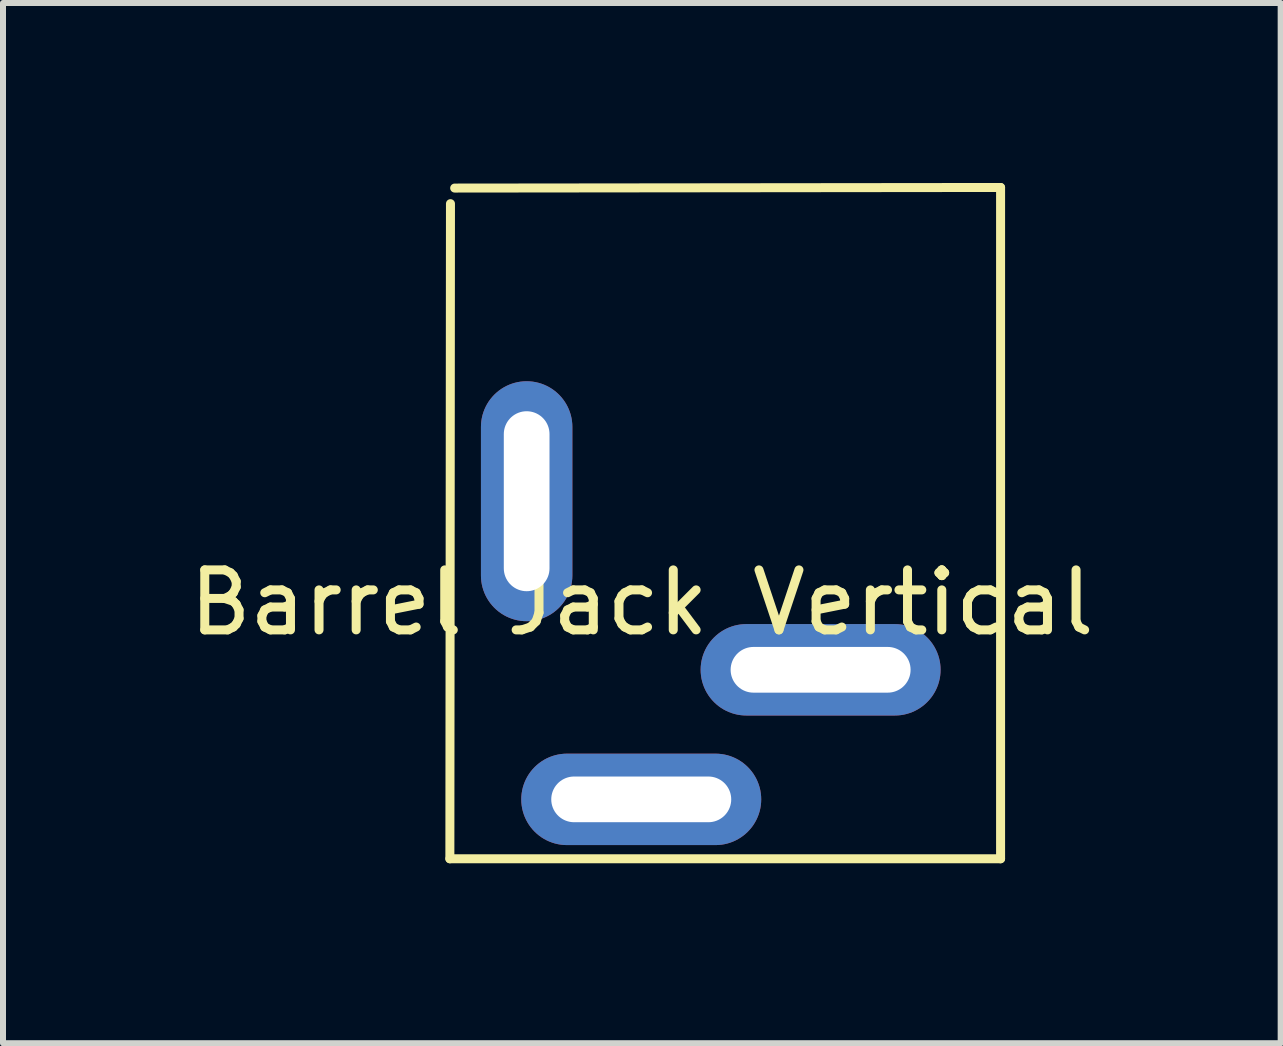
<source format=kicad_pcb>
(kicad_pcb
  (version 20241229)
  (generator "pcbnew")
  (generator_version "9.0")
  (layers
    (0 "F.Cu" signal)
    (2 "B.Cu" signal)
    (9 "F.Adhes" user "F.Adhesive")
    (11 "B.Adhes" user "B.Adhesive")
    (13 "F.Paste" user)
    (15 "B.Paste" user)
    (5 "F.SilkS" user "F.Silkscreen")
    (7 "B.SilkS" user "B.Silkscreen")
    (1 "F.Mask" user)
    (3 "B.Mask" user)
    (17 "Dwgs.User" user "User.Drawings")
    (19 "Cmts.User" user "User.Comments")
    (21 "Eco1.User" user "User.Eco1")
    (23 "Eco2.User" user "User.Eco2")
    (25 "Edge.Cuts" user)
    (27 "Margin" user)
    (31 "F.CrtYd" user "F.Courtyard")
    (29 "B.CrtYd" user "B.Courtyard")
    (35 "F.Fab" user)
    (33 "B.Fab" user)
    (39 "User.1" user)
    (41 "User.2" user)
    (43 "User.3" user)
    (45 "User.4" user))
  (footprint "Barrel Jack Vertical"
    (layer "F.Cu")
    (at 7.649 6.495)
    (property "Reference" "Barrel Jack Vertical" (at 0 0.5 0) (layer "F.SilkS") (effects (font (size 1 1) (thickness 0.15))))
    (attr through_hole)
    (fp_line (start -3.2 4.77) (end 5.98 4.77) (stroke (width 0.15) (type solid)) (layer "F.SilkS"))
    (fp_line (start -3.19 -6.15) (end -3.2 4.77) (stroke (width 0.15) (type solid)) (layer "F.SilkS"))
    (fp_line (start 5.98 -6.42) (end -3.12 -6.41) (stroke (width 0.15) (type solid)) (layer "F.SilkS"))
    (fp_line (start 5.98 4.77) (end 5.98 -6.42) (stroke (width 0.15) (type solid)) (layer "F.SilkS"))
    (pad "1" thru_hole oval (at -1.92 -1.19) (size 1.524 4) (drill oval 0.762 3) (layers "*.Cu" "*.Mask"))
    (pad "2" thru_hole oval (at 2.98 1.62 270) (size 1.524 4) (drill oval 0.762 3) (layers "*.Cu" "*.Mask"))
    (pad "3" thru_hole oval (at -0.01 3.78 270) (size 1.524 4) (drill oval 0.762 3) (layers "*.Cu" "*.Mask")))
  (gr_rect
    (start -3 -3)
    (end 18.298 14.34)
    (stroke (width 0.1) (type default))
    (fill no)
    (layer "Edge.Cuts")))
</source>
